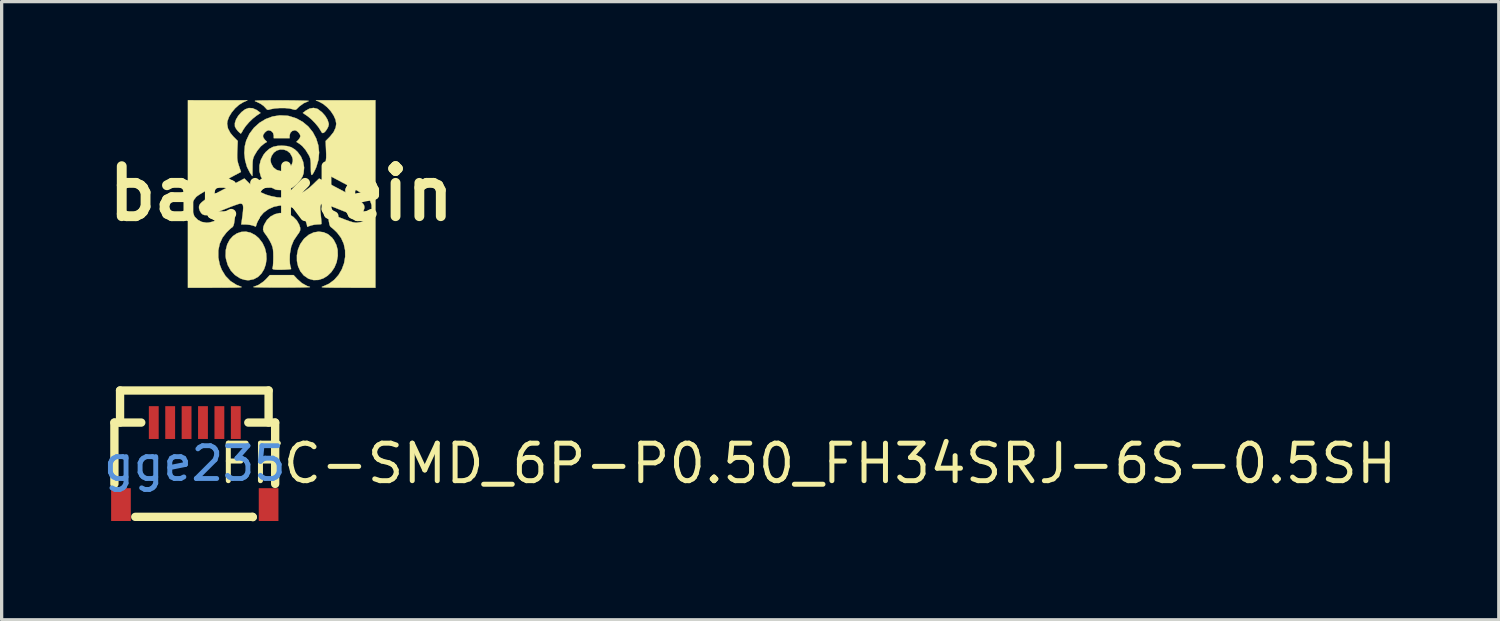
<source format=kicad_pcb>
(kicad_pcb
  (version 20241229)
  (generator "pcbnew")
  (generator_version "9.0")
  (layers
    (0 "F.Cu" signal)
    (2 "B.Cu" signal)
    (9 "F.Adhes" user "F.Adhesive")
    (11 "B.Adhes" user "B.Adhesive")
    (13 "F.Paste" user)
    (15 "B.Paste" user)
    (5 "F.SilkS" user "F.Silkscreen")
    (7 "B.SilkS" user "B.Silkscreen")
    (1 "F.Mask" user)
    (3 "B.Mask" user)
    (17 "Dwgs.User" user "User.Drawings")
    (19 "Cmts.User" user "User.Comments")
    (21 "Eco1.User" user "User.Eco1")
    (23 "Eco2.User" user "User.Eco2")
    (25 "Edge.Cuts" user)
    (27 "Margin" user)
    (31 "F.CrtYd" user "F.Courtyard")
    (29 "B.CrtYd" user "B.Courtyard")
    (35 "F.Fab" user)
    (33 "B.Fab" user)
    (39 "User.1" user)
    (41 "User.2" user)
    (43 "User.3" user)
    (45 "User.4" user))
  (footprint "FFC-SMD_6P-P0.50_FH34SRJ-6S-0.5SH"
    (layer "F.Cu")
    (at 2.887 11.08)
    (property "Reference" "FFC-SMD_6P-P0.50_FH34SRJ-6S-0.5SH" (at 0.65 0 0) (layer "F.SilkS") (effects (font (size 1.143 1.143) (thickness 0.152)) (justify left)))
    (attr smd)
    (fp_line (start -2.45 -1.25) (end -1.631 -1.25) (stroke (width 0.254) (type solid)) (layer "F.SilkS"))
    (fp_line (start -2.45 0.619) (end -2.45 -1.25) (stroke (width 0.254) (type solid)) (layer "F.SilkS"))
    (fp_line (start -2.278 -2.228) (end 2.25 -2.228) (stroke (width 0.254) (type solid)) (layer "F.SilkS"))
    (fp_line (start -2.278 -1.25) (end -2.278 -2.228) (stroke (width 0.254) (type solid)) (layer "F.SilkS"))
    (fp_line (start -1.814 1.624) (end 1.761 1.624) (stroke (width 0.254) (type solid)) (layer "F.SilkS"))
    (fp_line (start 1.631 -1.25) (end 2.45 -1.25) (stroke (width 0.254) (type solid)) (layer "F.SilkS"))
    (fp_line (start 1.761 1.624) (end 1.77 1.633) (stroke (width 0.254) (type solid)) (layer "F.SilkS"))
    (fp_line (start 2.25 -2.228) (end 2.25 -1.25) (stroke (width 0.254) (type solid)) (layer "F.SilkS"))
    (fp_line (start 2.45 0.619) (end 2.45 -1.25) (stroke (width 0.254) (type solid)) (layer "F.SilkS"))
    (fp_text user "gge235" (at 0 0 0) (layer "Cmts.User") (effects (font (size 1 1) (thickness 0.15))))
    (pad "1" smd rect (at 1.25 -1.25 90) (size 1 0.3) (layers "F.Cu" "F.Mask" "F.Paste"))
    (pad "2" smd rect (at 0.75 -1.25 90) (size 1 0.3) (layers "F.Cu" "F.Mask" "F.Paste"))
    (pad "3" smd rect (at 0.25 -1.25 90) (size 1 0.3) (layers "F.Cu" "F.Mask" "F.Paste"))
    (pad "4" smd rect (at -0.25 -1.25 90) (size 1 0.3) (layers "F.Cu" "F.Mask" "F.Paste"))
    (pad "5" smd rect (at -0.75 -1.25 90) (size 1 0.3) (layers "F.Cu" "F.Mask" "F.Paste"))
    (pad "6" smd rect (at -1.25 -1.25 90) (size 1 0.3) (layers "F.Cu" "F.Mask" "F.Paste"))
    (pad "7" smd rect (at -2.25 1.25 90) (size 1 0.6) (layers "F.Cu" "F.Mask" "F.Paste"))
    (pad "8" smd rect (at 2.25 1.25 90) (size 1 0.6) (layers "F.Cu" "F.Mask" "F.Paste")))
  (footprint "baerklein"
    (layer "F.Cu")
    (at 5.523 2.85)
    (property "Reference" "baerklein" (at 0 0 0) (layer "F.SilkS") (effects (font (size 1.524 1.524) (thickness 0.3))))
    (attr through_hole)
    (fp_poly (pts (xy 1.094 -2.586) (xy 1.122 -2.57) (xy 1.24 -2.48) (xy 1.338 -2.37) (xy 1.409 -2.253) (xy 1.445 -2.14) (xy 1.448 -2.106) (xy 1.431 -2.037) (xy 1.389 -1.957) (xy 1.335 -1.887) (xy 1.294 -1.853) (xy 1.26 -1.844) (xy 1.232 -1.865) (xy 1.197 -1.924) (xy 1.197 -1.925) (xy 1.129 -2.031) (xy 1.031 -2.149) (xy 0.919 -2.263) (xy 0.806 -2.357) (xy 0.781 -2.374) (xy 0.657 -2.458) (xy 0.746 -2.527) (xy 0.863 -2.591) (xy 0.982 -2.611) (xy 1.094 -2.586)) (stroke (width 0.01) (type solid)) (fill yes) (layer "F.SilkS"))
    (fp_poly (pts (xy -0.871 -2.601) (xy -0.751 -2.548) (xy -0.721 -2.527) (xy -0.631 -2.458) (xy -0.756 -2.374) (xy -0.866 -2.287) (xy -0.98 -2.177) (xy -1.082 -2.06) (xy -1.158 -1.949) (xy -1.171 -1.925) (xy -1.204 -1.866) (xy -1.229 -1.832) (xy -1.235 -1.829) (xy -1.26 -1.846) (xy -1.304 -1.888) (xy -1.324 -1.908) (xy -1.375 -1.973) (xy -1.409 -2.037) (xy -1.413 -2.05) (xy -1.414 -2.15) (xy -1.377 -2.262) (xy -1.307 -2.377) (xy -1.211 -2.484) (xy -1.101 -2.568) (xy -0.99 -2.608) (xy -0.871 -2.601)) (stroke (width 0.01) (type solid)) (fill yes) (layer "F.SilkS"))
    (fp_poly (pts (xy 0.485 2.603) (xy 0.628 2.729) (xy 0.786 2.817) (xy 0.876 2.846) (xy 0.869 2.851) (xy 0.817 2.854) (xy 0.723 2.858) (xy 0.594 2.861) (xy 0.434 2.863) (xy 0.248 2.864) (xy 0.041 2.865) (xy 0.013 2.865) (xy -0.196 2.865) (xy -0.385 2.863) (xy -0.549 2.861) (xy -0.683 2.858) (xy -0.781 2.855) (xy -0.84 2.851) (xy -0.853 2.847) (xy -0.851 2.846) (xy -0.69 2.783) (xy -0.537 2.678) (xy -0.46 2.603) (xy -0.35 2.485) (xy 0.376 2.485) (xy 0.485 2.603)) (stroke (width 0.01) (type solid)) (fill yes) (layer "F.SilkS"))
    (fp_poly (pts (xy -0.934 1.192) (xy -0.791 1.268) (xy -0.682 1.363) (xy -0.572 1.507) (xy -0.498 1.665) (xy -0.458 1.831) (xy -0.45 1.997) (xy -0.473 2.157) (xy -0.524 2.305) (xy -0.602 2.433) (xy -0.706 2.537) (xy -0.833 2.608) (xy -0.982 2.64) (xy -1.022 2.641) (xy -1.111 2.63) (xy -1.213 2.6) (xy -1.257 2.582) (xy -1.412 2.482) (xy -1.538 2.346) (xy -1.631 2.179) (xy -1.685 1.991) (xy -1.696 1.905) (xy -1.69 1.716) (xy -1.647 1.549) (xy -1.573 1.408) (xy -1.473 1.296) (xy -1.354 1.215) (xy -1.221 1.169) (xy -1.079 1.16) (xy -0.934 1.192)) (stroke (width 0.01) (type solid)) (fill yes) (layer "F.SilkS"))
    (fp_poly (pts (xy 1.29 1.179) (xy 1.427 1.24) (xy 1.547 1.343) (xy 1.603 1.418) (xy 1.679 1.566) (xy 1.718 1.716) (xy 1.722 1.887) (xy 1.721 1.905) (xy 1.689 2.087) (xy 1.622 2.25) (xy 1.528 2.39) (xy 1.411 2.504) (xy 1.278 2.586) (xy 1.134 2.632) (xy 0.986 2.637) (xy 0.84 2.598) (xy 0.819 2.588) (xy 0.685 2.495) (xy 0.583 2.37) (xy 0.514 2.221) (xy 0.478 2.056) (xy 0.477 1.882) (xy 0.51 1.707) (xy 0.579 1.54) (xy 0.685 1.388) (xy 0.708 1.363) (xy 0.843 1.252) (xy 0.99 1.184) (xy 1.141 1.16) (xy 1.29 1.179)) (stroke (width 0.01) (type solid)) (fill yes) (layer "F.SilkS"))
    (fp_poly (pts (xy 0.013 -2.842) (xy 0.216 -2.841) (xy 0.4 -2.839) (xy 0.558 -2.836) (xy 0.686 -2.833) (xy 0.779 -2.829) (xy 0.831 -2.825) (xy 0.838 -2.821) (xy 0.683 -2.753) (xy 0.549 -2.655) (xy 0.518 -2.624) (xy 0.466 -2.572) (xy 0.427 -2.553) (xy 0.384 -2.56) (xy 0.369 -2.565) (xy 0.256 -2.593) (xy 0.111 -2.607) (xy -0.047 -2.607) (xy -0.202 -2.595) (xy -0.336 -2.569) (xy -0.385 -2.553) (xy -0.431 -2.558) (xy -0.471 -2.601) (xy -0.54 -2.674) (xy -0.644 -2.745) (xy -0.768 -2.804) (xy -0.784 -2.81) (xy -0.803 -2.818) (xy -0.802 -2.826) (xy -0.777 -2.831) (xy -0.724 -2.835) (xy -0.639 -2.838) (xy -0.518 -2.84) (xy -0.358 -2.841) (xy -0.153 -2.842) (xy 0.013 -2.842)) (stroke (width 0.01) (type solid)) (fill yes) (layer "F.SilkS"))
    (fp_poly (pts (xy 0.094 0.596) (xy 0.236 0.634) (xy 0.364 0.708) (xy 0.473 0.818) (xy 0.545 0.945) (xy 0.577 1.042) (xy 0.576 1.12) (xy 0.54 1.196) (xy 0.496 1.255) (xy 0.38 1.426) (xy 0.304 1.611) (xy 0.265 1.821) (xy 0.26 1.897) (xy 0.257 2.026) (xy 0.263 2.135) (xy 0.275 2.208) (xy 0.277 2.213) (xy 0.294 2.269) (xy 0.299 2.299) (xy 0.299 2.3) (xy 0.268 2.307) (xy 0.201 2.313) (xy 0.111 2.318) (xy 0.012 2.321) (xy -0.081 2.322) (xy -0.154 2.32) (xy -0.173 2.319) (xy -0.24 2.31) (xy -0.267 2.295) (xy -0.266 2.266) (xy -0.262 2.253) (xy -0.253 2.205) (xy -0.247 2.119) (xy -0.243 2.011) (xy -0.242 1.93) (xy -0.244 1.803) (xy -0.251 1.71) (xy -0.265 1.637) (xy -0.289 1.568) (xy -0.313 1.513) (xy -0.366 1.412) (xy -0.43 1.31) (xy -0.47 1.255) (xy -0.531 1.169) (xy -0.555 1.094) (xy -0.544 1.012) (xy -0.519 0.945) (xy -0.436 0.803) (xy -0.325 0.698) (xy -0.194 0.628) (xy -0.052 0.594) (xy 0.094 0.596)) (stroke (width 0.01) (type solid)) (fill yes) (layer "F.SilkS"))
    (fp_poly (pts (xy 0.174 -1.449) (xy 0.303 -1.413) (xy 0.414 -1.345) (xy 0.499 -1.266) (xy 0.603 -1.123) (xy 0.669 -0.961) (xy 0.696 -0.791) (xy 0.681 -0.624) (xy 0.65 -0.526) (xy 0.58 -0.408) (xy 0.479 -0.293) (xy 0.367 -0.2) (xy 0.319 -0.172) (xy 0.226 -0.139) (xy 0.107 -0.117) (xy -0.018 -0.108) (xy -0.128 -0.113) (xy -0.178 -0.124) (xy -0.338 -0.201) (xy -0.479 -0.315) (xy -0.588 -0.455) (xy -0.624 -0.526) (xy -0.666 -0.685) (xy -0.665 -0.855) (xy -0.623 -1.024) (xy -0.611 -1.047) (xy -0.326 -1.047) (xy -0.326 -0.985) (xy -0.304 -0.909) (xy -0.241 -0.798) (xy -0.144 -0.722) (xy -0.022 -0.687) (xy 0.013 -0.686) (xy 0.14 -0.71) (xy 0.206 -0.744) (xy 0.29 -0.83) (xy 0.329 -0.909) (xy 0.351 -0.985) (xy 0.351 -1.047) (xy 0.329 -1.123) (xy 0.269 -1.23) (xy 0.182 -1.302) (xy 0.078 -1.34) (xy -0.031 -1.344) (xy -0.137 -1.313) (xy -0.228 -1.247) (xy -0.295 -1.147) (xy -0.304 -1.123) (xy -0.326 -1.047) (xy -0.611 -1.047) (xy -0.542 -1.18) (xy -0.474 -1.266) (xy -0.366 -1.362) (xy -0.252 -1.423) (xy -0.118 -1.453) (xy 0.013 -1.46) (xy 0.174 -1.449)) (stroke (width 0.01) (type solid)) (fill yes) (layer "F.SilkS"))
    (fp_poly (pts (xy 0.183 -2.373) (xy 0.234 -2.364) (xy 0.459 -2.293) (xy 0.657 -2.183) (xy 0.826 -2.041) (xy 0.963 -1.87) (xy 1.065 -1.678) (xy 1.129 -1.47) (xy 1.153 -1.251) (xy 1.133 -1.028) (xy 1.067 -0.807) (xy 1.041 -0.749) (xy 0.988 -0.641) (xy 0.949 -0.58) (xy 0.924 -0.566) (xy 0.91 -0.6) (xy 0.903 -0.683) (xy 0.901 -0.796) (xy 0.9 -0.921) (xy 0.893 -1.011) (xy 0.88 -1.078) (xy 0.857 -1.137) (xy 0.841 -1.168) (xy 0.745 -1.325) (xy 0.64 -1.449) (xy 0.547 -1.523) (xy 0.461 -1.576) (xy 0.523 -1.638) (xy 0.565 -1.696) (xy 0.584 -1.75) (xy 0.584 -1.753) (xy 0.564 -1.811) (xy 0.516 -1.872) (xy 0.457 -1.917) (xy 0.413 -1.93) (xy 0.333 -1.908) (xy 0.275 -1.849) (xy 0.254 -1.77) (xy 0.254 -1.689) (xy -0.229 -1.689) (xy -0.229 -1.77) (xy -0.251 -1.851) (xy -0.31 -1.909) (xy -0.388 -1.93) (xy -0.444 -1.91) (xy -0.503 -1.86) (xy -0.546 -1.798) (xy -0.559 -1.753) (xy -0.542 -1.699) (xy -0.5 -1.64) (xy -0.497 -1.638) (xy -0.436 -1.576) (xy -0.522 -1.523) (xy -0.628 -1.435) (xy -0.732 -1.307) (xy -0.816 -1.168) (xy -0.844 -1.108) (xy -0.862 -1.046) (xy -0.872 -0.971) (xy -0.876 -0.866) (xy -0.876 -0.794) (xy -0.877 -0.686) (xy -0.878 -0.6) (xy -0.88 -0.546) (xy -0.882 -0.533) (xy -0.898 -0.552) (xy -0.933 -0.601) (xy -0.952 -0.63) (xy -1.045 -0.812) (xy -1.103 -1.019) (xy -1.126 -1.237) (xy -1.11 -1.451) (xy -1.069 -1.613) (xy -0.97 -1.823) (xy -0.833 -2.005) (xy -0.666 -2.156) (xy -0.474 -2.272) (xy -0.264 -2.35) (xy -0.043 -2.384) (xy 0.183 -2.373)) (stroke (width 0.01) (type solid)) (fill yes) (layer "F.SilkS"))
    (fp_poly (pts (xy 2.87 2.87) (xy 2.013 2.869) (xy 1.782 2.868) (xy 1.598 2.867) (xy 1.456 2.865) (xy 1.353 2.863) (xy 1.284 2.859) (xy 1.246 2.854) (xy 1.233 2.848) (xy 1.243 2.841) (xy 1.263 2.833) (xy 1.452 2.75) (xy 1.613 2.63) (xy 1.745 2.481) (xy 1.846 2.309) (xy 1.915 2.122) (xy 1.948 1.926) (xy 1.946 1.728) (xy 1.905 1.534) (xy 1.824 1.353) (xy 1.702 1.191) (xy 1.692 1.181) (xy 1.621 1.112) (xy 1.558 1.056) (xy 1.517 1.024) (xy 1.516 1.024) (xy 1.489 0.996) (xy 1.468 0.939) (xy 1.45 0.844) (xy 1.445 0.801) (xy 1.434 0.707) (xy 1.428 0.636) (xy 1.427 0.598) (xy 1.428 0.596) (xy 1.452 0.603) (xy 1.516 0.626) (xy 1.61 0.662) (xy 1.727 0.708) (xy 1.803 0.739) (xy 1.965 0.802) (xy 2.089 0.846) (xy 2.184 0.874) (xy 2.26 0.886) (xy 2.299 0.888) (xy 2.441 0.866) (xy 2.562 0.806) (xy 2.657 0.715) (xy 2.722 0.603) (xy 2.755 0.478) (xy 2.752 0.348) (xy 2.71 0.221) (xy 2.625 0.107) (xy 2.619 0.101) (xy 2.572 0.066) (xy 2.486 0.011) (xy 2.368 -0.059) (xy 2.226 -0.141) (xy 2.065 -0.23) (xy 1.892 -0.323) (xy 1.89 -0.324) (xy 1.254 -0.661) (xy 1.316 -0.845) (xy 1.343 -0.933) (xy 1.36 -1.009) (xy 1.369 -1.089) (xy 1.37 -1.188) (xy 1.365 -1.316) (xy 1.353 -1.603) (xy 1.484 -1.735) (xy 1.595 -1.873) (xy 1.66 -2.015) (xy 1.676 -2.129) (xy 1.655 -2.251) (xy 1.595 -2.383) (xy 1.507 -2.515) (xy 1.396 -2.635) (xy 1.273 -2.734) (xy 1.188 -2.782) (xy 1.054 -2.844) (xy 2.87 -2.845) (xy 2.87 2.87)) (stroke (width 0.01) (type solid)) (fill yes) (layer "F.SilkS"))
    (fp_poly (pts (xy -1.029 -2.844) (xy -1.163 -2.782) (xy -1.29 -2.704) (xy -1.41 -2.596) (xy -1.514 -2.47) (xy -1.594 -2.337) (xy -1.641 -2.208) (xy -1.651 -2.129) (xy -1.626 -1.988) (xy -1.552 -1.847) (xy -1.458 -1.735) (xy -1.327 -1.603) (xy -1.34 -1.316) (xy -1.344 -1.183) (xy -1.343 -1.085) (xy -1.335 -1.006) (xy -1.317 -0.929) (xy -1.29 -0.844) (xy -1.228 -0.66) (xy -1.459 -0.537) (xy -1.561 -0.482) (xy -1.695 -0.411) (xy -1.847 -0.331) (xy -2.003 -0.249) (xy -2.095 -0.2) (xy -2.233 -0.125) (xy -2.362 -0.051) (xy -2.473 0.016) (xy -2.555 0.071) (xy -2.594 0.102) (xy -2.681 0.215) (xy -2.726 0.341) (xy -2.73 0.471) (xy -2.699 0.597) (xy -2.635 0.71) (xy -2.542 0.802) (xy -2.423 0.864) (xy -2.282 0.888) (xy -2.273 0.888) (xy -2.206 0.883) (xy -2.123 0.864) (xy -2.017 0.831) (xy -1.878 0.779) (xy -1.778 0.739) (xy -1.652 0.688) (xy -1.544 0.645) (xy -1.461 0.614) (xy -1.413 0.597) (xy -1.403 0.595) (xy -1.403 0.621) (xy -1.409 0.685) (xy -1.419 0.775) (xy -1.423 0.801) (xy -1.44 0.914) (xy -1.461 0.985) (xy -1.486 1.021) (xy -1.492 1.025) (xy -1.532 1.054) (xy -1.593 1.109) (xy -1.663 1.177) (xy -1.667 1.181) (xy -1.792 1.343) (xy -1.876 1.529) (xy -1.919 1.733) (xy -1.919 1.947) (xy -1.876 2.164) (xy -1.814 2.325) (xy -1.699 2.513) (xy -1.549 2.667) (xy -1.368 2.782) (xy -1.237 2.833) (xy -1.213 2.842) (xy -1.208 2.85) (xy -1.226 2.855) (xy -1.271 2.86) (xy -1.347 2.863) (xy -1.459 2.866) (xy -1.61 2.867) (xy -1.804 2.868) (xy -1.988 2.869) (xy -2.845 2.87) (xy -2.845 -2.845) (xy -1.029 -2.844)) (stroke (width 0.01) (type solid)) (fill yes) (layer "F.SilkS"))
    (fp_poly (pts (xy -0.949 -0.286) (xy -0.793 -0.147) (xy -0.638 -0.044) (xy -0.469 0.031) (xy -0.315 0.077) (xy -0.124 0.115) (xy 0.049 0.124) (xy 0.227 0.102) (xy 0.341 0.077) (xy 0.535 0.015) (xy 0.7 -0.065) (xy 0.854 -0.176) (xy 0.974 -0.285) (xy 1.049 -0.359) (xy 1.11 -0.417) (xy 1.147 -0.451) (xy 1.155 -0.457) (xy 1.179 -0.446) (xy 1.241 -0.414) (xy 1.337 -0.364) (xy 1.46 -0.3) (xy 1.604 -0.224) (xy 1.764 -0.14) (xy 1.769 -0.138) (xy 1.982 -0.024) (xy 2.153 0.07) (xy 2.286 0.149) (xy 2.387 0.215) (xy 2.457 0.271) (xy 2.503 0.322) (xy 2.527 0.369) (xy 2.534 0.416) (xy 2.531 0.451) (xy 2.505 0.531) (xy 2.461 0.6) (xy 2.46 0.601) (xy 2.418 0.636) (xy 2.368 0.655) (xy 2.302 0.658) (xy 2.216 0.643) (xy 2.103 0.61) (xy 1.956 0.557) (xy 1.769 0.483) (xy 1.769 0.483) (xy 1.627 0.426) (xy 1.498 0.377) (xy 1.391 0.338) (xy 1.314 0.313) (xy 1.276 0.305) (xy 1.231 0.314) (xy 1.202 0.345) (xy 1.188 0.405) (xy 1.189 0.501) (xy 1.202 0.639) (xy 1.204 0.656) (xy 1.215 0.765) (xy 1.223 0.854) (xy 1.225 0.912) (xy 1.223 0.928) (xy 1.192 0.935) (xy 1.13 0.939) (xy 1.104 0.94) (xy 1.006 0.949) (xy 0.906 0.972) (xy 0.895 0.976) (xy 0.792 1.012) (xy 0.777 0.93) (xy 0.733 0.807) (xy 0.651 0.682) (xy 0.542 0.565) (xy 0.417 0.469) (xy 0.324 0.42) (xy 0.142 0.37) (xy -0.042 0.364) (xy -0.223 0.4) (xy -0.39 0.474) (xy -0.537 0.581) (xy -0.655 0.72) (xy -0.735 0.883) (xy -0.777 1.007) (xy -0.865 0.975) (xy -0.944 0.956) (xy -1.042 0.944) (xy -1.086 0.942) (xy -1.22 0.94) (xy -1.206 0.845) (xy -1.181 0.666) (xy -1.166 0.531) (xy -1.16 0.434) (xy -1.165 0.369) (xy -1.18 0.33) (xy -1.207 0.311) (xy -1.245 0.305) (xy -1.251 0.305) (xy -1.291 0.314) (xy -1.37 0.34) (xy -1.479 0.379) (xy -1.608 0.429) (xy -1.743 0.483) (xy -1.93 0.557) (xy -2.077 0.61) (xy -2.191 0.643) (xy -2.277 0.658) (xy -2.342 0.655) (xy -2.393 0.636) (xy -2.435 0.601) (xy -2.435 0.601) (xy -2.479 0.533) (xy -2.506 0.452) (xy -2.506 0.451) (xy -2.508 0.402) (xy -2.497 0.355) (xy -2.467 0.308) (xy -2.416 0.257) (xy -2.338 0.198) (xy -2.229 0.13) (xy -2.086 0.048) (xy -1.905 -0.05) (xy -1.737 -0.138) (xy -1.124 -0.459) (xy -0.949 -0.286)) (stroke (width 0.01) (type solid)) (fill yes) (layer "F.SilkS")))
  (gr_rect
    (start -3 -3)
    (end 42.633 15.84)
    (stroke (width 0.1) (type default))
    (fill no)
    (layer "Edge.Cuts")))
</source>
